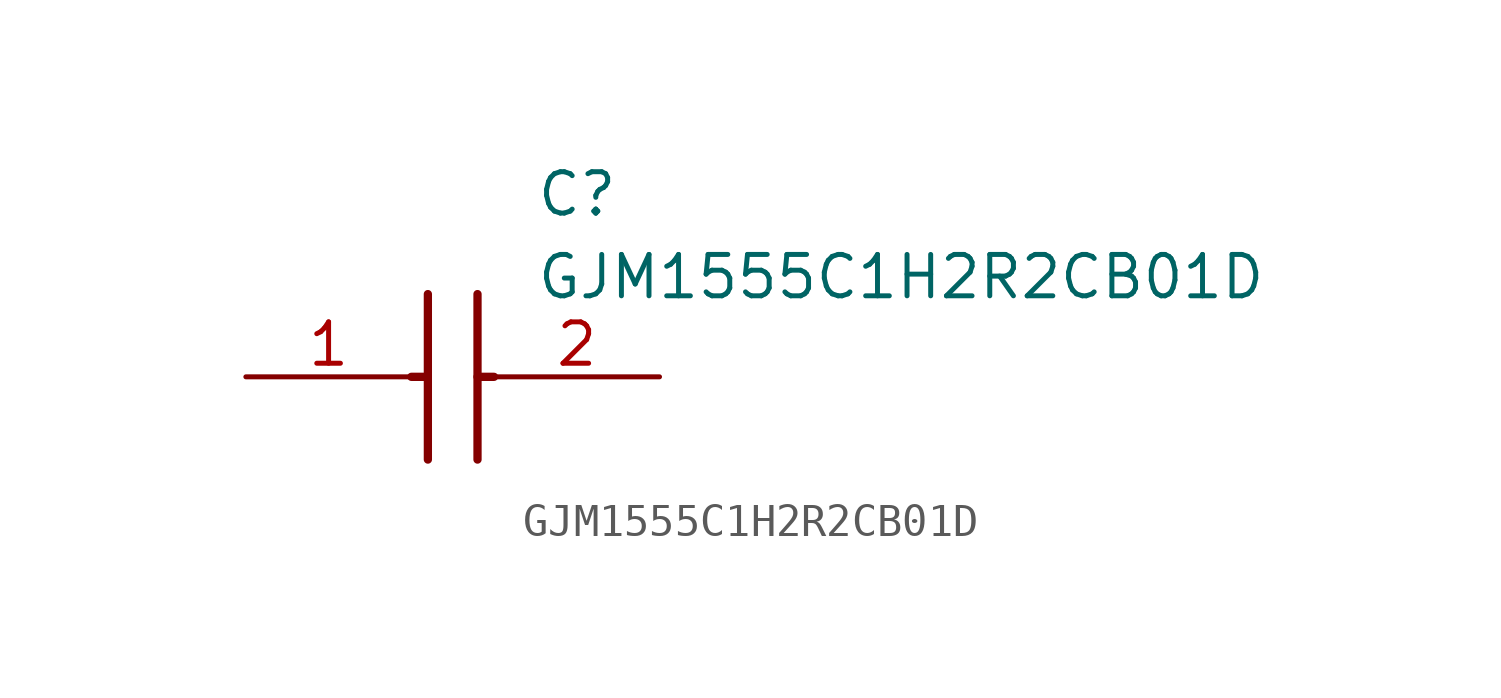
<source format=kicad_sym>
(kicad_symbol_lib
  (version 20211014)
  (generator SamacSys_ECAD_Model)
  (symbol "GJM1555C1H2R2CB01D"
    (pin_names hide)
    (property "Reference" "C"
      (at 8.89 6.35 0)
      (effects (font (size 1.27 1.27)) (justify left top)))
    (property "Value" "GJM1555C1H2R2CB01D"
      (at 8.89 3.81 0)
      (effects (font (size 1.27 1.27)) (justify left top)))
    (polyline
      (pts (xy 5.588 2.54) (xy 5.588 -2.54))
      (stroke (width 0.254) (type default))
      (fill (type none)))
    (polyline
      (pts (xy 7.112 2.54) (xy 7.112 -2.54))
      (stroke (width 0.254) (type default))
      (fill (type none)))
    (polyline
      (pts (xy 5.08 0) (xy 5.588 0))
      (stroke (width 0.254) (type default))
      (fill (type none)))
    (polyline
      (pts (xy 7.112 0) (xy 7.62 0))
      (stroke (width 0.254) (type default))
      (fill (type none)))
    (pin passive line
      (at 0 0 0)
      (length 5.08)
      (name "1" (effects (font (size 1.27 1.27))))
      (number "1" (effects (font (size 1.27 1.27)))))
    (pin passive line
      (at 12.7 0 180)
      (length 5.08)
      (name "2" (effects (font (size 1.27 1.27))))
      (number "2" (effects (font (size 1.27 1.27)))))))
</source>
